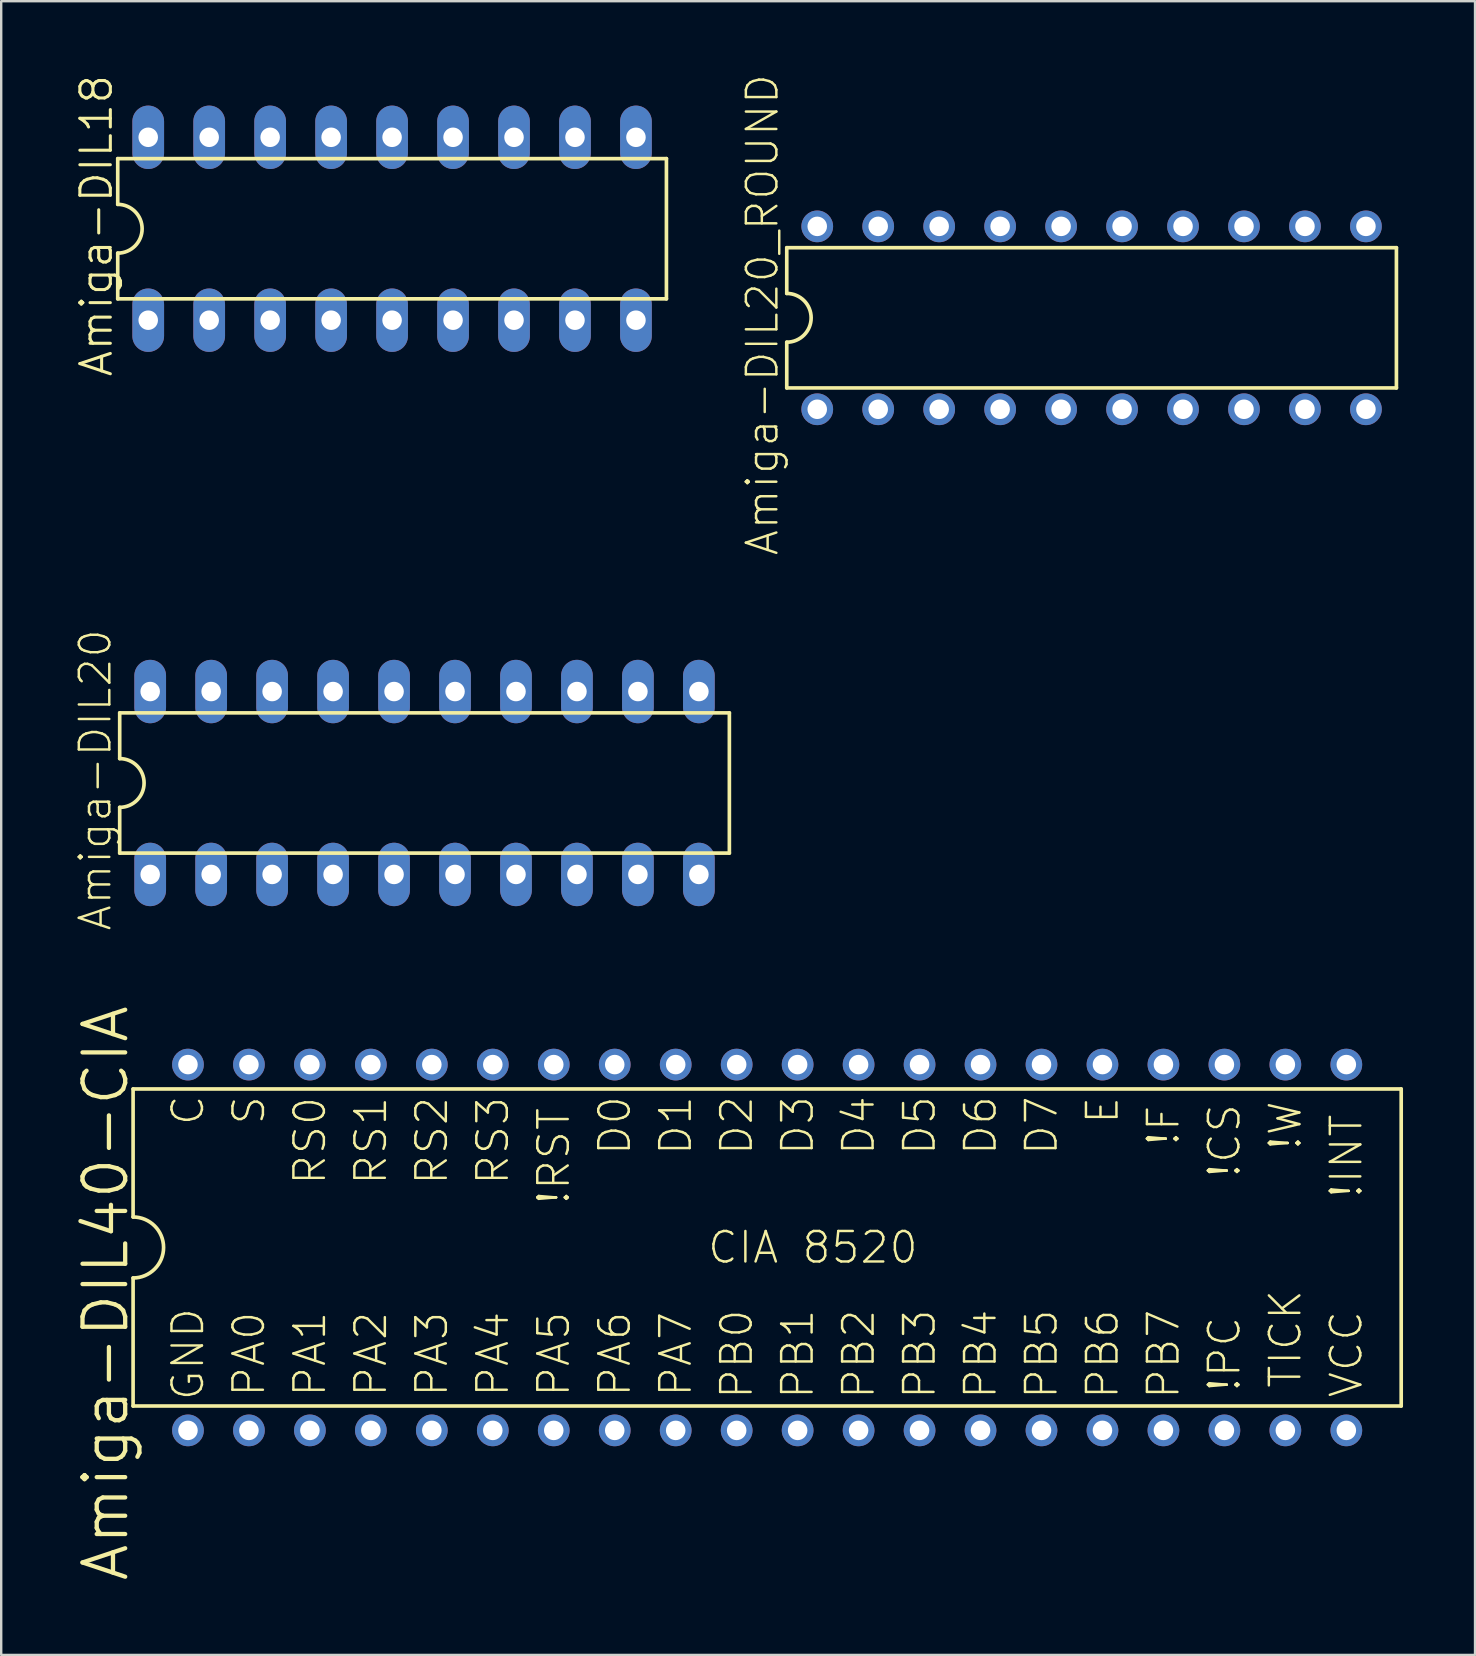
<source format=kicad_pcb>
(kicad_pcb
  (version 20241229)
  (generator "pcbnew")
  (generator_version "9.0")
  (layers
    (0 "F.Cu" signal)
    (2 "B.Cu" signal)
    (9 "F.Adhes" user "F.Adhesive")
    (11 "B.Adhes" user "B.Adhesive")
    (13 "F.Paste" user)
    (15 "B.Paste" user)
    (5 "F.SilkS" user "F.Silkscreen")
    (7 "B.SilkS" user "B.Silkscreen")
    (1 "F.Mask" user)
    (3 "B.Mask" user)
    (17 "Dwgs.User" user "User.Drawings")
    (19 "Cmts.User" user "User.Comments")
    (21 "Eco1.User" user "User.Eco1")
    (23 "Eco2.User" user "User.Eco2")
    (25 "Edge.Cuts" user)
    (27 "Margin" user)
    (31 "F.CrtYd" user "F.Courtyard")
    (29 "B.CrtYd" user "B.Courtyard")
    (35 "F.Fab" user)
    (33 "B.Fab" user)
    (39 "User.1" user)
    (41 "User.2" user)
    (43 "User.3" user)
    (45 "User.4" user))
  (footprint "Amiga-DIL20"
    (layer "F.Cu")
    (at 14.637 29.571)
    (property "Reference" "Amiga-DIL20" (at -13.716 -0.127 90) (layer "F.SilkS") (effects (font (size 1.27 1.27) (thickness 0.102))))
    (attr exclude_from_pos_files exclude_from_bom)
    (fp_line (start -12.7 -2.921) (end -12.7 -1.016) (stroke (width 0.152) (type solid)) (layer "F.SilkS"))
    (fp_line (start -12.7 2.921) (end -12.7 1.016) (stroke (width 0.152) (type solid)) (layer "F.SilkS"))
    (fp_line (start -12.7 2.921) (end 12.7 2.921) (stroke (width 0.152) (type solid)) (layer "F.SilkS"))
    (fp_line (start 12.7 -2.921) (end -12.7 -2.921) (stroke (width 0.152) (type solid)) (layer "F.SilkS"))
    (fp_line (start 12.7 -2.921) (end 12.7 2.921) (stroke (width 0.152) (type solid)) (layer "F.SilkS"))
    (fp_arc (start -12.7 -1.016) (mid -11.684 0) (end -12.7 1.016) (stroke (width 0.1524) (type solid)) (layer "F.SilkS"))
    (pad "1" thru_hole oval (at -11.43 3.81 180) (size 1.321 2.642) (drill 0.813) (layers "*.Cu" "*.Paste" "*.Mask"))
    (pad "2" thru_hole oval (at -8.89 3.81 180) (size 1.321 2.642) (drill 0.813) (layers "*.Cu" "*.Paste" "*.Mask"))
    (pad "3" thru_hole oval (at -6.35 3.81 180) (size 1.321 2.642) (drill 0.813) (layers "*.Cu" "*.Paste" "*.Mask"))
    (pad "4" thru_hole oval (at -3.81 3.81 180) (size 1.321 2.642) (drill 0.813) (layers "*.Cu" "*.Paste" "*.Mask"))
    (pad "5" thru_hole oval (at -1.27 3.81 180) (size 1.321 2.642) (drill 0.813) (layers "*.Cu" "*.Paste" "*.Mask"))
    (pad "6" thru_hole oval (at 1.27 3.81 180) (size 1.321 2.642) (drill 0.813) (layers "*.Cu" "*.Paste" "*.Mask"))
    (pad "7" thru_hole oval (at 3.81 3.81 180) (size 1.321 2.642) (drill 0.813) (layers "*.Cu" "*.Paste" "*.Mask"))
    (pad "8" thru_hole oval (at 6.35 3.81 180) (size 1.321 2.642) (drill 0.813) (layers "*.Cu" "*.Paste" "*.Mask"))
    (pad "9" thru_hole oval (at 8.89 3.81 180) (size 1.321 2.642) (drill 0.813) (layers "*.Cu" "*.Paste" "*.Mask"))
    (pad "10" thru_hole oval (at 11.43 3.81 180) (size 1.321 2.642) (drill 0.813) (layers "*.Cu" "*.Paste" "*.Mask"))
    (pad "11" thru_hole oval (at 11.43 -3.81 180) (size 1.321 2.642) (drill 0.813) (layers "*.Cu" "*.Paste" "*.Mask"))
    (pad "12" thru_hole oval (at 8.89 -3.81 180) (size 1.321 2.642) (drill 0.813) (layers "*.Cu" "*.Paste" "*.Mask"))
    (pad "13" thru_hole oval (at 6.35 -3.81 180) (size 1.321 2.642) (drill 0.813) (layers "*.Cu" "*.Paste" "*.Mask"))
    (pad "14" thru_hole oval (at 3.81 -3.81 180) (size 1.321 2.642) (drill 0.813) (layers "*.Cu" "*.Paste" "*.Mask"))
    (pad "15" thru_hole oval (at 1.27 -3.81 180) (size 1.321 2.642) (drill 0.813) (layers "*.Cu" "*.Paste" "*.Mask"))
    (pad "16" thru_hole oval (at -1.27 -3.81 180) (size 1.321 2.642) (drill 0.813) (layers "*.Cu" "*.Paste" "*.Mask"))
    (pad "17" thru_hole oval (at -3.81 -3.81 180) (size 1.321 2.642) (drill 0.813) (layers "*.Cu" "*.Paste" "*.Mask"))
    (pad "18" thru_hole oval (at -6.35 -3.81 180) (size 1.321 2.642) (drill 0.813) (layers "*.Cu" "*.Paste" "*.Mask"))
    (pad "19" thru_hole oval (at -8.89 -3.81 180) (size 1.321 2.642) (drill 0.813) (layers "*.Cu" "*.Paste" "*.Mask"))
    (pad "20" thru_hole oval (at -11.43 -3.81 180) (size 1.321 2.642) (drill 0.813) (layers "*.Cu" "*.Paste" "*.Mask")))
  (footprint "Amiga-DIL20_ROUND"
    (layer "F.Cu")
    (at 41.158 10.191)
    (property "Reference" "Amiga-DIL20_ROUND" (at -12.446 -0.127 90) (layer "F.SilkS") (effects (font (size 1.27 1.27) (thickness 0.102))))
    (attr exclude_from_pos_files exclude_from_bom)
    (fp_line (start -11.43 -2.921) (end -11.43 -1.016) (stroke (width 0.152) (type solid)) (layer "F.SilkS"))
    (fp_line (start -11.43 2.921) (end -11.43 1.016) (stroke (width 0.152) (type solid)) (layer "F.SilkS"))
    (fp_line (start -11.43 2.921) (end 13.97 2.921) (stroke (width 0.152) (type solid)) (layer "F.SilkS"))
    (fp_line (start 13.97 -2.921) (end -11.43 -2.921) (stroke (width 0.152) (type solid)) (layer "F.SilkS"))
    (fp_line (start 13.97 -2.921) (end 13.97 2.921) (stroke (width 0.152) (type solid)) (layer "F.SilkS"))
    (fp_arc (start -11.43 -1.016) (mid -10.414 0) (end -11.43 1.016) (stroke (width 0.1524) (type solid)) (layer "F.SilkS"))
    (pad "1" thru_hole circle (at -10.16 3.81) (size 1.321 1.321) (drill 0.813) (layers "*.Cu" "*.Paste" "*.Mask"))
    (pad "2" thru_hole circle (at -7.62 3.81) (size 1.321 1.321) (drill 0.813) (layers "*.Cu" "*.Paste" "*.Mask"))
    (pad "3" thru_hole circle (at -5.08 3.81) (size 1.321 1.321) (drill 0.813) (layers "*.Cu" "*.Paste" "*.Mask"))
    (pad "4" thru_hole circle (at -2.54 3.81) (size 1.321 1.321) (drill 0.813) (layers "*.Cu" "*.Paste" "*.Mask"))
    (pad "5" thru_hole circle (at 0 3.81) (size 1.321 1.321) (drill 0.813) (layers "*.Cu" "*.Paste" "*.Mask"))
    (pad "6" thru_hole circle (at 2.54 3.81) (size 1.321 1.321) (drill 0.813) (layers "*.Cu" "*.Paste" "*.Mask"))
    (pad "7" thru_hole circle (at 5.08 3.81) (size 1.321 1.321) (drill 0.813) (layers "*.Cu" "*.Paste" "*.Mask"))
    (pad "8" thru_hole circle (at 7.62 3.81) (size 1.321 1.321) (drill 0.813) (layers "*.Cu" "*.Paste" "*.Mask"))
    (pad "9" thru_hole circle (at 10.16 3.81) (size 1.321 1.321) (drill 0.813) (layers "*.Cu" "*.Paste" "*.Mask"))
    (pad "10" thru_hole circle (at 12.7 3.81) (size 1.321 1.321) (drill 0.813) (layers "*.Cu" "*.Paste" "*.Mask"))
    (pad "11" thru_hole circle (at 12.7 -3.81) (size 1.321 1.321) (drill 0.813) (layers "*.Cu" "*.Paste" "*.Mask"))
    (pad "12" thru_hole circle (at 10.16 -3.81) (size 1.321 1.321) (drill 0.813) (layers "*.Cu" "*.Paste" "*.Mask"))
    (pad "13" thru_hole circle (at 7.62 -3.81) (size 1.321 1.321) (drill 0.813) (layers "*.Cu" "*.Paste" "*.Mask"))
    (pad "14" thru_hole circle (at 5.08 -3.81) (size 1.321 1.321) (drill 0.813) (layers "*.Cu" "*.Paste" "*.Mask"))
    (pad "15" thru_hole circle (at 2.54 -3.81) (size 1.321 1.321) (drill 0.813) (layers "*.Cu" "*.Paste" "*.Mask"))
    (pad "16" thru_hole circle (at 0 -3.81) (size 1.321 1.321) (drill 0.813) (layers "*.Cu" "*.Paste" "*.Mask"))
    (pad "17" thru_hole circle (at -2.54 -3.81) (size 1.321 1.321) (drill 0.813) (layers "*.Cu" "*.Paste" "*.Mask"))
    (pad "18" thru_hole circle (at -5.08 -3.81) (size 1.321 1.321) (drill 0.813) (layers "*.Cu" "*.Paste" "*.Mask"))
    (pad "19" thru_hole circle (at -7.62 -3.81) (size 1.321 1.321) (drill 0.813) (layers "*.Cu" "*.Paste" "*.Mask"))
    (pad "20" thru_hole circle (at -10.16 -3.81) (size 1.321 1.321) (drill 0.813) (layers "*.Cu" "*.Paste" "*.Mask")))
  (footprint "Amiga-DIL40-CIA"
    (layer "F.Cu")
    (at 27.641 48.923)
    (property "Reference" "Amiga-DIL40-CIA" (at -26.289 1.905 90) (layer "F.SilkS") (effects (font (size 1.778 1.778) (thickness 0.178))))
    (attr exclude_from_pos_files exclude_from_bom)
    (fp_line (start -25.146 -6.604) (end -25.146 -1.27) (stroke (width 0.152) (type solid)) (layer "F.SilkS"))
    (fp_line (start -25.146 -6.604) (end 27.686 -6.604) (stroke (width 0.152) (type solid)) (layer "F.SilkS"))
    (fp_line (start -25.146 1.27) (end -25.146 6.604) (stroke (width 0.152) (type solid)) (layer "F.SilkS"))
    (fp_line (start -25.146 6.604) (end 27.686 6.604) (stroke (width 0.152) (type solid)) (layer "F.SilkS"))
    (fp_line (start 27.686 6.604) (end 27.686 -6.604) (stroke (width 0.152) (type solid)) (layer "F.SilkS"))
    (fp_arc (start -25.146 -1.27) (mid -23.876 0) (end -25.146 1.27) (stroke (width 0.1524) (type solid)) (layer "F.SilkS"))
    (fp_text user "D4" (at 5.08 -5.08 90) (layer "F.SilkS") (effects (font (size 1.27 1.27) (thickness 0.102))))
    (fp_text user "RS3" (at -10.16 -4.445 90) (layer "F.SilkS") (effects (font (size 1.27 1.27) (thickness 0.102))))
    (fp_text user "E" (at 15.24 -5.715 90) (layer "F.SilkS") (effects (font (size 1.27 1.27) (thickness 0.102))))
    (fp_text user "PA0" (at -20.32 4.445 90) (layer "F.SilkS") (effects (font (size 1.27 1.27) (thickness 0.102))))
    (fp_text user "D0" (at -5.08 -5.08 90) (layer "F.SilkS") (effects (font (size 1.27 1.27) (thickness 0.102))))
    (fp_text user "PA6" (at -5.08 4.445 90) (layer "F.SilkS") (effects (font (size 1.27 1.27) (thickness 0.102))))
    (fp_text user "!F" (at 17.78 -5.08 90) (layer "F.SilkS") (effects (font (size 1.27 1.27) (thickness 0.102))))
    (fp_text user "D6" (at 10.16 -5.08 90) (layer "F.SilkS") (effects (font (size 1.27 1.27) (thickness 0.102))))
    (fp_text user "PB0" (at 0 4.445 90) (layer "F.SilkS") (effects (font (size 1.27 1.27) (thickness 0.102))))
    (fp_text user "PA2" (at -15.24 4.445 90) (layer "F.SilkS") (effects (font (size 1.27 1.27) (thickness 0.102))))
    (fp_text user "!W" (at 22.86 -5.08 90) (layer "F.SilkS") (effects (font (size 1.27 1.27) (thickness 0.102))))
    (fp_text user "VCC" (at 25.4 4.445 90) (layer "F.SilkS") (effects (font (size 1.27 1.27) (thickness 0.102))))
    (fp_text user "D2" (at 0 -5.08 90) (layer "F.SilkS") (effects (font (size 1.27 1.27) (thickness 0.102))))
    (fp_text user "PB2" (at 5.08 4.445 90) (layer "F.SilkS") (effects (font (size 1.27 1.27) (thickness 0.102))))
    (fp_text user "!RST" (at -7.62 -3.81 90) (layer "F.SilkS") (effects (font (size 1.27 1.27) (thickness 0.102))))
    (fp_text user "PB5" (at 12.7 4.445 90) (layer "F.SilkS") (effects (font (size 1.27 1.27) (thickness 0.102))))
    (fp_text user "PA5" (at -7.62 4.445 90) (layer "F.SilkS") (effects (font (size 1.27 1.27) (thickness 0.102))))
    (fp_text user "C" (at -22.86 -5.715 90) (layer "F.SilkS") (effects (font (size 1.27 1.27) (thickness 0.102))))
    (fp_text user "PA7" (at -2.54 4.445 90) (layer "F.SilkS") (effects (font (size 1.27 1.27) (thickness 0.102))))
    (fp_text user "RS2" (at -12.7 -4.445 90) (layer "F.SilkS") (effects (font (size 1.27 1.27) (thickness 0.102))))
    (fp_text user "PB3" (at 7.62 4.445 90) (layer "F.SilkS") (effects (font (size 1.27 1.27) (thickness 0.102))))
    (fp_text user "D5" (at 7.62 -5.08 90) (layer "F.SilkS") (effects (font (size 1.27 1.27) (thickness 0.102))))
    (fp_text user "PB7" (at 17.78 4.445 90) (layer "F.SilkS") (effects (font (size 1.27 1.27) (thickness 0.102))))
    (fp_text user "!CS" (at 20.32 -4.445 90) (layer "F.SilkS") (effects (font (size 1.27 1.27) (thickness 0.102))))
    (fp_text user "PA1" (at -17.78 4.445 90) (layer "F.SilkS") (effects (font (size 1.27 1.27) (thickness 0.102))))
    (fp_text user "PB1" (at 2.54 4.445 90) (layer "F.SilkS") (effects (font (size 1.27 1.27) (thickness 0.102))))
    (fp_text user "D7" (at 12.7 -5.08 90) (layer "F.SilkS") (effects (font (size 1.27 1.27) (thickness 0.102))))
    (fp_text user "!PC" (at 20.32 4.445 90) (layer "F.SilkS") (effects (font (size 1.27 1.27) (thickness 0.102))))
    (fp_text user "GND" (at -22.86 4.445 90) (layer "F.SilkS") (effects (font (size 1.27 1.27) (thickness 0.102))))
    (fp_text user "TICK" (at 22.86 3.81 90) (layer "F.SilkS") (effects (font (size 1.27 1.27) (thickness 0.102))))
    (fp_text user "PA4" (at -10.16 4.445 90) (layer "F.SilkS") (effects (font (size 1.27 1.27) (thickness 0.102))))
    (fp_text user "PB6" (at 15.24 4.445 90) (layer "F.SilkS") (effects (font (size 1.27 1.27) (thickness 0.102))))
    (fp_text user "RS1" (at -15.24 -4.445 90) (layer "F.SilkS") (effects (font (size 1.27 1.27) (thickness 0.102))))
    (fp_text user "D3" (at 2.54 -5.08 90) (layer "F.SilkS") (effects (font (size 1.27 1.27) (thickness 0.102))))
    (fp_text user "!INT" (at 25.4 -3.81 90) (layer "F.SilkS") (effects (font (size 1.27 1.27) (thickness 0.102))))
    (fp_text user "RS0" (at -17.78 -4.445 90) (layer "F.SilkS") (effects (font (size 1.27 1.27) (thickness 0.102))))
    (fp_text user "D1" (at -2.54 -5.08 90) (layer "F.SilkS") (effects (font (size 1.27 1.27) (thickness 0.102))))
    (fp_text user "PB4" (at 10.16 4.445 90) (layer "F.SilkS") (effects (font (size 1.27 1.27) (thickness 0.102))))
    (fp_text user "PA3" (at -12.7 4.445 90) (layer "F.SilkS") (effects (font (size 1.27 1.27) (thickness 0.102))))
    (fp_text user "S" (at -20.32 -5.715 90) (layer "F.SilkS") (effects (font (size 1.27 1.27) (thickness 0.102))))
    (fp_text user "CIA 8520" (at 3.175 0 0) (layer "F.SilkS") (effects (font (size 1.27 1.27) (thickness 0.102))))
    (pad "1" thru_hole circle (at -22.86 7.62) (size 1.321 1.321) (drill 0.813) (layers "*.Cu" "*.Paste" "*.Mask"))
    (pad "2" thru_hole circle (at -20.32 7.62) (size 1.321 1.321) (drill 0.813) (layers "*.Cu" "*.Paste" "*.Mask"))
    (pad "3" thru_hole circle (at -17.78 7.62) (size 1.321 1.321) (drill 0.813) (layers "*.Cu" "*.Paste" "*.Mask"))
    (pad "4" thru_hole circle (at -15.24 7.62) (size 1.321 1.321) (drill 0.813) (layers "*.Cu" "*.Paste" "*.Mask"))
    (pad "5" thru_hole circle (at -12.7 7.62) (size 1.321 1.321) (drill 0.813) (layers "*.Cu" "*.Paste" "*.Mask"))
    (pad "6" thru_hole circle (at -10.16 7.62) (size 1.321 1.321) (drill 0.813) (layers "*.Cu" "*.Paste" "*.Mask"))
    (pad "7" thru_hole circle (at -7.62 7.62) (size 1.321 1.321) (drill 0.813) (layers "*.Cu" "*.Paste" "*.Mask"))
    (pad "8" thru_hole circle (at -5.08 7.62) (size 1.321 1.321) (drill 0.813) (layers "*.Cu" "*.Paste" "*.Mask"))
    (pad "9" thru_hole circle (at -2.54 7.62) (size 1.321 1.321) (drill 0.813) (layers "*.Cu" "*.Paste" "*.Mask"))
    (pad "10" thru_hole circle (at 0 7.62) (size 1.321 1.321) (drill 0.813) (layers "*.Cu" "*.Paste" "*.Mask"))
    (pad "11" thru_hole circle (at 2.54 7.62) (size 1.321 1.321) (drill 0.813) (layers "*.Cu" "*.Paste" "*.Mask"))
    (pad "12" thru_hole circle (at 5.08 7.62) (size 1.321 1.321) (drill 0.813) (layers "*.Cu" "*.Paste" "*.Mask"))
    (pad "13" thru_hole circle (at 7.62 7.62) (size 1.321 1.321) (drill 0.813) (layers "*.Cu" "*.Paste" "*.Mask"))
    (pad "14" thru_hole circle (at 10.16 7.62) (size 1.321 1.321) (drill 0.813) (layers "*.Cu" "*.Paste" "*.Mask"))
    (pad "15" thru_hole circle (at 12.7 7.62) (size 1.321 1.321) (drill 0.813) (layers "*.Cu" "*.Paste" "*.Mask"))
    (pad "16" thru_hole circle (at 15.24 7.62) (size 1.321 1.321) (drill 0.813) (layers "*.Cu" "*.Paste" "*.Mask"))
    (pad "17" thru_hole circle (at 17.78 7.62) (size 1.321 1.321) (drill 0.813) (layers "*.Cu" "*.Paste" "*.Mask"))
    (pad "18" thru_hole circle (at 20.32 7.62) (size 1.321 1.321) (drill 0.813) (layers "*.Cu" "*.Paste" "*.Mask"))
    (pad "19" thru_hole circle (at 22.86 7.62) (size 1.321 1.321) (drill 0.813) (layers "*.Cu" "*.Paste" "*.Mask"))
    (pad "20" thru_hole circle (at 25.4 7.62) (size 1.321 1.321) (drill 0.813) (layers "*.Cu" "*.Paste" "*.Mask"))
    (pad "21" thru_hole circle (at 25.4 -7.62) (size 1.321 1.321) (drill 0.813) (layers "*.Cu" "*.Paste" "*.Mask"))
    (pad "22" thru_hole circle (at 22.86 -7.62) (size 1.321 1.321) (drill 0.813) (layers "*.Cu" "*.Paste" "*.Mask"))
    (pad "23" thru_hole circle (at 20.32 -7.62) (size 1.321 1.321) (drill 0.813) (layers "*.Cu" "*.Paste" "*.Mask"))
    (pad "24" thru_hole circle (at 17.78 -7.62) (size 1.321 1.321) (drill 0.813) (layers "*.Cu" "*.Paste" "*.Mask"))
    (pad "25" thru_hole circle (at 15.24 -7.62) (size 1.321 1.321) (drill 0.813) (layers "*.Cu" "*.Paste" "*.Mask"))
    (pad "26" thru_hole circle (at 12.7 -7.62) (size 1.321 1.321) (drill 0.813) (layers "*.Cu" "*.Paste" "*.Mask"))
    (pad "27" thru_hole circle (at 10.16 -7.62) (size 1.321 1.321) (drill 0.813) (layers "*.Cu" "*.Paste" "*.Mask"))
    (pad "28" thru_hole circle (at 7.62 -7.62) (size 1.321 1.321) (drill 0.813) (layers "*.Cu" "*.Paste" "*.Mask"))
    (pad "29" thru_hole circle (at 5.08 -7.62) (size 1.321 1.321) (drill 0.813) (layers "*.Cu" "*.Paste" "*.Mask"))
    (pad "30" thru_hole circle (at 2.54 -7.62) (size 1.321 1.321) (drill 0.813) (layers "*.Cu" "*.Paste" "*.Mask"))
    (pad "31" thru_hole circle (at 0 -7.62) (size 1.321 1.321) (drill 0.813) (layers "*.Cu" "*.Paste" "*.Mask"))
    (pad "32" thru_hole circle (at -2.54 -7.62) (size 1.321 1.321) (drill 0.813) (layers "*.Cu" "*.Paste" "*.Mask"))
    (pad "33" thru_hole circle (at -5.08 -7.62) (size 1.321 1.321) (drill 0.813) (layers "*.Cu" "*.Paste" "*.Mask"))
    (pad "34" thru_hole circle (at -7.62 -7.62) (size 1.321 1.321) (drill 0.813) (layers "*.Cu" "*.Paste" "*.Mask"))
    (pad "35" thru_hole circle (at -10.16 -7.62) (size 1.321 1.321) (drill 0.813) (layers "*.Cu" "*.Paste" "*.Mask"))
    (pad "36" thru_hole circle (at -12.7 -7.62) (size 1.321 1.321) (drill 0.813) (layers "*.Cu" "*.Paste" "*.Mask"))
    (pad "37" thru_hole circle (at -15.24 -7.62) (size 1.321 1.321) (drill 0.813) (layers "*.Cu" "*.Paste" "*.Mask"))
    (pad "38" thru_hole circle (at -17.78 -7.62) (size 1.321 1.321) (drill 0.813) (layers "*.Cu" "*.Paste" "*.Mask"))
    (pad "39" thru_hole circle (at -20.32 -7.62) (size 1.321 1.321) (drill 0.813) (layers "*.Cu" "*.Paste" "*.Mask"))
    (pad "40" thru_hole circle (at -22.86 -7.62) (size 1.321 1.321) (drill 0.813) (layers "*.Cu" "*.Paste" "*.Mask")))
  (footprint "Amiga-DIL18"
    (layer "F.Cu")
    (at 13.285 6.48)
    (property "Reference" "Amiga-DIL18" (at -12.319 -0.127 90) (layer "F.SilkS") (effects (font (size 1.27 1.27) (thickness 0.127))))
    (attr exclude_from_pos_files exclude_from_bom)
    (fp_line (start -11.43 -2.921) (end -11.43 -1.016) (stroke (width 0.152) (type solid)) (layer "F.SilkS"))
    (fp_line (start -11.43 2.921) (end -11.43 1.016) (stroke (width 0.152) (type solid)) (layer "F.SilkS"))
    (fp_line (start -11.43 2.921) (end 11.43 2.921) (stroke (width 0.152) (type solid)) (layer "F.SilkS"))
    (fp_line (start 11.43 -2.921) (end -11.43 -2.921) (stroke (width 0.152) (type solid)) (layer "F.SilkS"))
    (fp_line (start 11.43 -2.921) (end 11.43 2.921) (stroke (width 0.152) (type solid)) (layer "F.SilkS"))
    (fp_arc (start -11.43 -1.016) (mid -10.414 0) (end -11.43 1.016) (stroke (width 0.1524) (type solid)) (layer "F.SilkS"))
    (pad "1" thru_hole oval (at -10.16 3.81 180) (size 1.321 2.642) (drill 0.813) (layers "*.Cu" "*.Paste" "*.Mask"))
    (pad "2" thru_hole oval (at -7.62 3.81 180) (size 1.321 2.642) (drill 0.813) (layers "*.Cu" "*.Paste" "*.Mask"))
    (pad "3" thru_hole oval (at -5.08 3.81 180) (size 1.321 2.642) (drill 0.813) (layers "*.Cu" "*.Paste" "*.Mask"))
    (pad "4" thru_hole oval (at -2.54 3.81 180) (size 1.321 2.642) (drill 0.813) (layers "*.Cu" "*.Paste" "*.Mask"))
    (pad "5" thru_hole oval (at 0 3.81 180) (size 1.321 2.642) (drill 0.813) (layers "*.Cu" "*.Paste" "*.Mask"))
    (pad "6" thru_hole oval (at 2.54 3.81 180) (size 1.321 2.642) (drill 0.813) (layers "*.Cu" "*.Paste" "*.Mask"))
    (pad "7" thru_hole oval (at 5.08 3.81 180) (size 1.321 2.642) (drill 0.813) (layers "*.Cu" "*.Paste" "*.Mask"))
    (pad "8" thru_hole oval (at 7.62 3.81 180) (size 1.321 2.642) (drill 0.813) (layers "*.Cu" "*.Paste" "*.Mask"))
    (pad "9" thru_hole oval (at 10.16 3.81 180) (size 1.321 2.642) (drill 0.813) (layers "*.Cu" "*.Paste" "*.Mask"))
    (pad "10" thru_hole oval (at 10.16 -3.81 180) (size 1.321 2.642) (drill 0.813) (layers "*.Cu" "*.Paste" "*.Mask"))
    (pad "11" thru_hole oval (at 7.62 -3.81 180) (size 1.321 2.642) (drill 0.813) (layers "*.Cu" "*.Paste" "*.Mask"))
    (pad "12" thru_hole oval (at 5.08 -3.81 180) (size 1.321 2.642) (drill 0.813) (layers "*.Cu" "*.Paste" "*.Mask"))
    (pad "13" thru_hole oval (at 2.54 -3.81 180) (size 1.321 2.642) (drill 0.813) (layers "*.Cu" "*.Paste" "*.Mask"))
    (pad "14" thru_hole oval (at 0 -3.81 180) (size 1.321 2.642) (drill 0.813) (layers "*.Cu" "*.Paste" "*.Mask"))
    (pad "15" thru_hole oval (at -2.54 -3.81 180) (size 1.321 2.642) (drill 0.813) (layers "*.Cu" "*.Paste" "*.Mask"))
    (pad "16" thru_hole oval (at -5.08 -3.81 180) (size 1.321 2.642) (drill 0.813) (layers "*.Cu" "*.Paste" "*.Mask"))
    (pad "17" thru_hole oval (at -7.62 -3.81 180) (size 1.321 2.642) (drill 0.813) (layers "*.Cu" "*.Paste" "*.Mask"))
    (pad "18" thru_hole oval (at -10.16 -3.81 180) (size 1.321 2.642) (drill 0.813) (layers "*.Cu" "*.Paste" "*.Mask")))
  (gr_rect
    (start -3 -3)
    (end 58.403 65.897)
    (stroke (width 0.1) (type default))
    (fill no)
    (layer "Edge.Cuts")))
</source>
